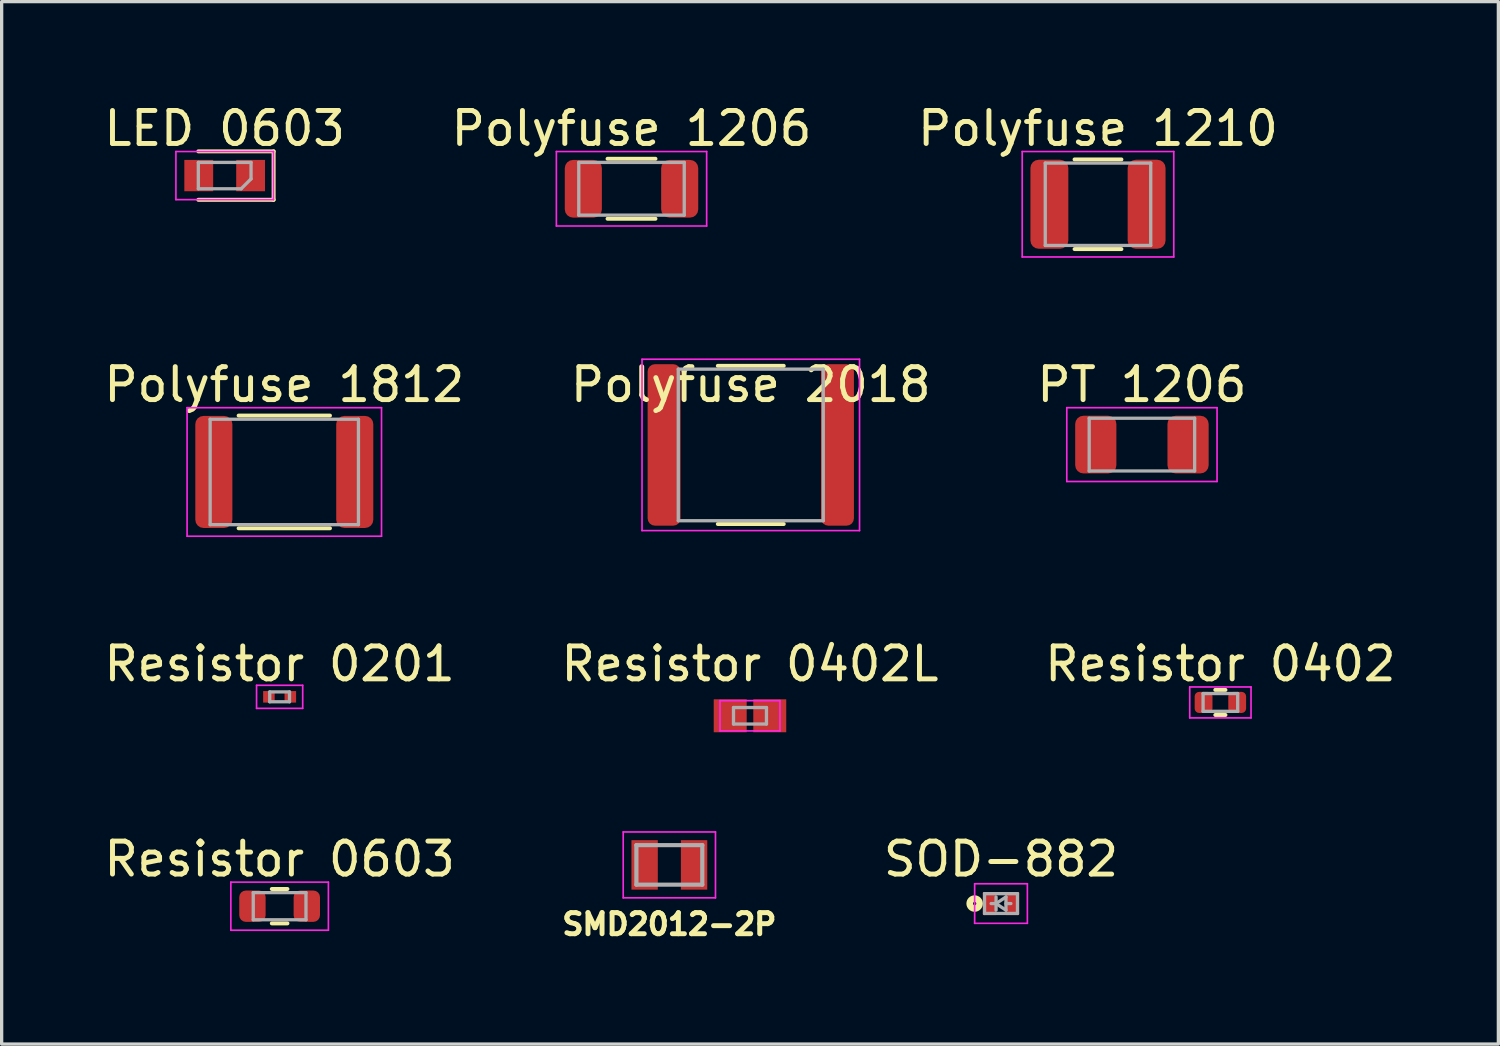
<source format=kicad_pcb>
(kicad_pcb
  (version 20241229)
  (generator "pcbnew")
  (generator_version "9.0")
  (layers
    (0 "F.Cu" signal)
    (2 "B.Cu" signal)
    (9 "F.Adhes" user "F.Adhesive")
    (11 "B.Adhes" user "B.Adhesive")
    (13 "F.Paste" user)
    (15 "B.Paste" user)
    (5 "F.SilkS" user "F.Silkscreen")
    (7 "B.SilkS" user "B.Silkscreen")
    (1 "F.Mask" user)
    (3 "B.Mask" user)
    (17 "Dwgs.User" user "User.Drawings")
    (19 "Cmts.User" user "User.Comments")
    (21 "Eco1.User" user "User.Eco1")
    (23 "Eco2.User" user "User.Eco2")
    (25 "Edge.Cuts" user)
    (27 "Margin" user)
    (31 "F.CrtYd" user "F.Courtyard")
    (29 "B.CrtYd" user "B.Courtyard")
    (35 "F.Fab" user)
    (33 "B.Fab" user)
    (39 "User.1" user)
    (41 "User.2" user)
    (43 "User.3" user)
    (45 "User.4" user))
  (footprint "SOD-882"
    (layer "F.Cu")
    (at 27.325 24.368)
    (property "Reference" "SOD-882" (at 0 -1.35 0) (layer "F.SilkS") (effects (font (size 1 1) (thickness 0.15))))
    (attr smd)
    (fp_circle (center -0.8 0) (end -0.75 0) (stroke (width 0.2) (type default)) (fill no) (layer "F.SilkS"))
    (fp_line (start -0.8 -0.6) (end -0.8 0.6) (stroke (width 0.05) (type solid)) (layer "F.CrtYd"))
    (fp_line (start -0.8 -0.6) (end 0.8 -0.6) (stroke (width 0.05) (type solid)) (layer "F.CrtYd"))
    (fp_line (start 0.8 -0.6) (end 0.8 0.6) (stroke (width 0.05) (type solid)) (layer "F.CrtYd"))
    (fp_line (start 0.8 0.6) (end -0.8 0.6) (stroke (width 0.05) (type solid)) (layer "F.CrtYd"))
    (fp_line (start -0.5 -0.3) (end 0.5 -0.3) (stroke (width 0.1) (type solid)) (layer "F.Fab"))
    (fp_line (start -0.5 0.3) (end -0.5 -0.3) (stroke (width 0.1) (type solid)) (layer "F.Fab"))
    (fp_line (start -0.15 0) (end -0.3 0) (stroke (width 0.1) (type solid)) (layer "F.Fab"))
    (fp_line (start -0.15 0) (end 0.15 0.2) (stroke (width 0.1) (type solid)) (layer "F.Fab"))
    (fp_line (start -0.15 0.2) (end -0.15 -0.2) (stroke (width 0.1) (type solid)) (layer "F.Fab"))
    (fp_line (start 0.15 -0.2) (end -0.15 0) (stroke (width 0.1) (type solid)) (layer "F.Fab"))
    (fp_line (start 0.15 0) (end 0.3 0) (stroke (width 0.1) (type solid)) (layer "F.Fab"))
    (fp_line (start 0.15 0.2) (end 0.15 -0.2) (stroke (width 0.1) (type solid)) (layer "F.Fab"))
    (fp_line (start 0.5 -0.3) (end 0.5 0.3) (stroke (width 0.1) (type solid)) (layer "F.Fab"))
    (fp_line (start 0.5 0.3) (end -0.5 0.3) (stroke (width 0.1) (type solid)) (layer "F.Fab"))
    (pad "" smd roundrect (at -0.35 0) (size 0.3 0.6) (layers "F.Paste") (roundrect_rratio 0.167))
    (pad "" smd roundrect (at 0.35 0) (size 0.3 0.6) (layers "F.Paste") (roundrect_rratio 0.167))
    (pad "1" smd rect (at -0.35 0) (size 0.4 0.7) (layers "F.Cu" "F.Mask"))
    (pad "2" smd rect (at 0.35 0) (size 0.4 0.7) (layers "F.Cu" "F.Mask")))
  (footprint "Polyfuse 1206"
    (layer "F.Cu")
    (at 16.113 2.678)
    (property "Reference" "Polyfuse 1206" (at 0 -1.83 0) (layer "F.SilkS") (effects (font (size 1 1) (thickness 0.15))))
    (attr smd)
    (fp_line (start -0.727 -0.91) (end 0.727 -0.91) (stroke (width 0.12) (type solid)) (layer "F.SilkS"))
    (fp_line (start -0.727 0.91) (end 0.727 0.91) (stroke (width 0.12) (type solid)) (layer "F.SilkS"))
    (fp_line (start -2.28 -1.13) (end 2.28 -1.13) (stroke (width 0.05) (type solid)) (layer "F.CrtYd"))
    (fp_line (start -2.28 1.13) (end -2.28 -1.13) (stroke (width 0.05) (type solid)) (layer "F.CrtYd"))
    (fp_line (start 2.28 -1.13) (end 2.28 1.13) (stroke (width 0.05) (type solid)) (layer "F.CrtYd"))
    (fp_line (start 2.28 1.13) (end -2.28 1.13) (stroke (width 0.05) (type solid)) (layer "F.CrtYd"))
    (fp_line (start -1.6 -0.8) (end 1.6 -0.8) (stroke (width 0.1) (type solid)) (layer "F.Fab"))
    (fp_line (start -1.6 0.8) (end -1.6 -0.8) (stroke (width 0.1) (type solid)) (layer "F.Fab"))
    (fp_line (start 1.6 -0.8) (end 1.6 0.8) (stroke (width 0.1) (type solid)) (layer "F.Fab"))
    (fp_line (start 1.6 0.8) (end -1.6 0.8) (stroke (width 0.1) (type solid)) (layer "F.Fab"))
    (pad "1" smd roundrect (at -1.462 0) (size 1.125 1.75) (layers "F.Cu" "F.Mask" "F.Paste") (roundrect_rratio 0.222))
    (pad "2" smd roundrect (at 1.462 0) (size 1.125 1.75) (layers "F.Cu" "F.Mask" "F.Paste") (roundrect_rratio 0.222)))
  (footprint "Resistor 0603"
    (layer "F.Cu")
    (at 5.435 24.448)
    (property "Reference" "Resistor 0603" (at 0 -1.43 0) (layer "F.SilkS") (effects (font (size 1 1) (thickness 0.15))))
    (attr smd)
    (fp_line (start -0.237 -0.522) (end 0.237 -0.522) (stroke (width 0.12) (type solid)) (layer "F.SilkS"))
    (fp_line (start -0.237 0.522) (end 0.237 0.522) (stroke (width 0.12) (type solid)) (layer "F.SilkS"))
    (fp_line (start -1.48 -0.73) (end 1.48 -0.73) (stroke (width 0.05) (type solid)) (layer "F.CrtYd"))
    (fp_line (start -1.48 0.73) (end -1.48 -0.73) (stroke (width 0.05) (type solid)) (layer "F.CrtYd"))
    (fp_line (start 1.48 -0.73) (end 1.48 0.73) (stroke (width 0.05) (type solid)) (layer "F.CrtYd"))
    (fp_line (start 1.48 0.73) (end -1.48 0.73) (stroke (width 0.05) (type solid)) (layer "F.CrtYd"))
    (fp_line (start -0.8 -0.412) (end 0.8 -0.412) (stroke (width 0.1) (type solid)) (layer "F.Fab"))
    (fp_line (start -0.8 0.412) (end -0.8 -0.412) (stroke (width 0.1) (type solid)) (layer "F.Fab"))
    (fp_line (start 0.8 -0.412) (end 0.8 0.412) (stroke (width 0.1) (type solid)) (layer "F.Fab"))
    (fp_line (start 0.8 0.412) (end -0.8 0.412) (stroke (width 0.1) (type solid)) (layer "F.Fab"))
    (pad "1" smd roundrect (at -0.825 0) (size 0.8 0.95) (layers "F.Cu" "F.Mask" "F.Paste") (roundrect_rratio 0.25))
    (pad "2" smd roundrect (at 0.825 0) (size 0.8 0.95) (layers "F.Cu" "F.Mask" "F.Paste") (roundrect_rratio 0.25)))
  (footprint "Polyfuse 2018"
    (layer "F.Cu")
    (at 19.732 10.451)
    (property "Reference" "Polyfuse 2018" (at 0 -1.83 0) (layer "F.SilkS") (effects (font (size 1 1) (thickness 0.15))))
    (attr smd)
    (fp_line (start -1 -2.4) (end 1 -2.4) (stroke (width 0.12) (type solid)) (layer "F.SilkS"))
    (fp_line (start -1 2.4) (end 1 2.4) (stroke (width 0.12) (type solid)) (layer "F.SilkS"))
    (fp_line (start -3.3 -2.6) (end 3.3 -2.6) (stroke (width 0.05) (type solid)) (layer "F.CrtYd"))
    (fp_line (start -3.3 2.6) (end -3.3 -2.6) (stroke (width 0.05) (type solid)) (layer "F.CrtYd"))
    (fp_line (start 3.3 -2.6) (end 3.3 2.6) (stroke (width 0.05) (type solid)) (layer "F.CrtYd"))
    (fp_line (start 3.3 2.6) (end -3.3 2.6) (stroke (width 0.05) (type solid)) (layer "F.CrtYd"))
    (fp_line (start -2.2 -2.3) (end 2.2 -2.3) (stroke (width 0.1) (type solid)) (layer "F.Fab"))
    (fp_line (start -2.2 2.3) (end -2.2 -2.3) (stroke (width 0.1) (type solid)) (layer "F.Fab"))
    (fp_line (start 2.2 -2.3) (end 2.2 2.3) (stroke (width 0.1) (type solid)) (layer "F.Fab"))
    (fp_line (start 2.2 2.3) (end -2.2 2.3) (stroke (width 0.1) (type solid)) (layer "F.Fab"))
    (pad "1" smd roundrect (at -2.63 0) (size 1 4.9) (layers "F.Cu" "F.Mask" "F.Paste") (roundrect_rratio 0.222))
    (pad "2" smd roundrect (at 2.63 0) (size 1 4.9) (layers "F.Cu" "F.Mask" "F.Paste") (roundrect_rratio 0.222)))
  (footprint "Polyfuse 1812"
    (layer "F.Cu")
    (at 5.577 11.271)
    (property "Reference" "Polyfuse 1812" (at 0 -2.65 0) (layer "F.SilkS") (effects (font (size 1 1) (thickness 0.15))))
    (attr smd)
    (fp_line (start -1.386 -1.71) (end 1.386 -1.71) (stroke (width 0.12) (type solid)) (layer "F.SilkS"))
    (fp_line (start -1.386 1.71) (end 1.386 1.71) (stroke (width 0.12) (type solid)) (layer "F.SilkS"))
    (fp_line (start -2.95 -1.95) (end 2.95 -1.95) (stroke (width 0.05) (type solid)) (layer "F.CrtYd"))
    (fp_line (start -2.95 1.95) (end -2.95 -1.95) (stroke (width 0.05) (type solid)) (layer "F.CrtYd"))
    (fp_line (start 2.95 -1.95) (end 2.95 1.95) (stroke (width 0.05) (type solid)) (layer "F.CrtYd"))
    (fp_line (start 2.95 1.95) (end -2.95 1.95) (stroke (width 0.05) (type solid)) (layer "F.CrtYd"))
    (fp_line (start -2.25 -1.6) (end 2.25 -1.6) (stroke (width 0.1) (type solid)) (layer "F.Fab"))
    (fp_line (start -2.25 1.6) (end -2.25 -1.6) (stroke (width 0.1) (type solid)) (layer "F.Fab"))
    (fp_line (start 2.25 -1.6) (end 2.25 1.6) (stroke (width 0.1) (type solid)) (layer "F.Fab"))
    (fp_line (start 2.25 1.6) (end -2.25 1.6) (stroke (width 0.1) (type solid)) (layer "F.Fab"))
    (pad "1" smd roundrect (at -2.138 0) (size 1.125 3.4) (layers "F.Cu" "F.Mask" "F.Paste") (roundrect_rratio 0.222))
    (pad "2" smd roundrect (at 2.138 0) (size 1.125 3.4) (layers "F.Cu" "F.Mask" "F.Paste") (roundrect_rratio 0.222)))
  (footprint "Resistor 0402L"
    (layer "F.Cu")
    (at 19.708 18.67)
    (property "Reference" "Resistor 0402L" (at 0 -1.575 0) (layer "F.SilkS") (effects (font (size 1 1) (thickness 0.15))))
    (attr smd)
    (fp_line (start -0.91 -0.46) (end 0.91 -0.46) (stroke (width 0.05) (type solid)) (layer "F.CrtYd"))
    (fp_line (start -0.91 0.46) (end -0.91 -0.46) (stroke (width 0.05) (type solid)) (layer "F.CrtYd"))
    (fp_line (start 0.91 -0.46) (end 0.91 0.46) (stroke (width 0.05) (type solid)) (layer "F.CrtYd"))
    (fp_line (start 0.91 0.46) (end -0.91 0.46) (stroke (width 0.05) (type solid)) (layer "F.CrtYd"))
    (fp_line (start -0.5 -0.25) (end 0.5 -0.25) (stroke (width 0.1) (type solid)) (layer "F.Fab"))
    (fp_line (start -0.5 0.25) (end -0.5 -0.25) (stroke (width 0.1) (type solid)) (layer "F.Fab"))
    (fp_line (start 0.5 -0.25) (end 0.5 0.25) (stroke (width 0.1) (type solid)) (layer "F.Fab"))
    (fp_line (start 0.5 0.25) (end -0.5 0.25) (stroke (width 0.1) (type solid)) (layer "F.Fab"))
    (pad "1" smd rect (at -0.6 0) (size 1 1) (layers "F.Cu" "F.Mask" "F.Paste"))
    (pad "2" smd rect (at 0.6 0) (size 1 1) (layers "F.Cu" "F.Mask" "F.Paste")))
  (footprint "Polyfuse 1210"
    (layer "F.Cu")
    (at 30.268 3.148)
    (property "Reference" "Polyfuse 1210" (at 0 -2.3 0) (layer "F.SilkS") (effects (font (size 1 1) (thickness 0.15))))
    (attr smd)
    (fp_line (start -0.711 -1.36) (end 0.711 -1.36) (stroke (width 0.12) (type solid)) (layer "F.SilkS"))
    (fp_line (start -0.711 1.36) (end 0.711 1.36) (stroke (width 0.12) (type solid)) (layer "F.SilkS"))
    (fp_line (start -2.3 -1.6) (end 2.3 -1.6) (stroke (width 0.05) (type solid)) (layer "F.CrtYd"))
    (fp_line (start -2.3 1.6) (end -2.3 -1.6) (stroke (width 0.05) (type solid)) (layer "F.CrtYd"))
    (fp_line (start 2.3 -1.6) (end 2.3 1.6) (stroke (width 0.05) (type solid)) (layer "F.CrtYd"))
    (fp_line (start 2.3 1.6) (end -2.3 1.6) (stroke (width 0.05) (type solid)) (layer "F.CrtYd"))
    (fp_line (start -1.6 -1.25) (end 1.6 -1.25) (stroke (width 0.1) (type solid)) (layer "F.Fab"))
    (fp_line (start -1.6 1.25) (end -1.6 -1.25) (stroke (width 0.1) (type solid)) (layer "F.Fab"))
    (fp_line (start 1.6 -1.25) (end 1.6 1.25) (stroke (width 0.1) (type solid)) (layer "F.Fab"))
    (fp_line (start 1.6 1.25) (end -1.6 1.25) (stroke (width 0.1) (type solid)) (layer "F.Fab"))
    (pad "1" smd roundrect (at -1.475 0) (size 1.15 2.7) (layers "F.Cu" "F.Mask" "F.Paste") (roundrect_rratio 0.217))
    (pad "2" smd roundrect (at 1.475 0) (size 1.15 2.7) (layers "F.Cu" "F.Mask" "F.Paste") (roundrect_rratio 0.217)))
  (footprint "LED 0603"
    (layer "F.Cu")
    (at 3.768 2.278)
    (property "Reference" "LED 0603" (at 0 -1.43 0) (layer "F.SilkS") (effects (font (size 1 1) (thickness 0.15))))
    (attr smd)
    (fp_line (start -0.8 0.735) (end 1.485 0.735) (stroke (width 0.12) (type solid)) (layer "F.SilkS"))
    (fp_line (start 1.485 -0.735) (end -0.8 -0.735) (stroke (width 0.12) (type solid)) (layer "F.SilkS"))
    (fp_line (start 1.485 0.735) (end 1.485 -0.735) (stroke (width 0.12) (type solid)) (layer "F.SilkS"))
    (fp_line (start -1.48 -0.73) (end 1.48 -0.73) (stroke (width 0.05) (type solid)) (layer "F.CrtYd"))
    (fp_line (start -1.48 0.73) (end -1.48 -0.73) (stroke (width 0.05) (type solid)) (layer "F.CrtYd"))
    (fp_line (start 1.48 -0.73) (end 1.48 0.73) (stroke (width 0.05) (type solid)) (layer "F.CrtYd"))
    (fp_line (start 1.48 0.73) (end -1.48 0.73) (stroke (width 0.05) (type solid)) (layer "F.CrtYd"))
    (fp_line (start -0.8 -0.4) (end -0.8 0.4) (stroke (width 0.1) (type solid)) (layer "F.Fab"))
    (fp_line (start -0.8 0.4) (end 0.5 0.4) (stroke (width 0.1) (type solid)) (layer "F.Fab"))
    (fp_line (start 0.5 0.4) (end 0.8 0.1) (stroke (width 0.1) (type solid)) (layer "F.Fab"))
    (fp_line (start 0.8 -0.4) (end -0.8 -0.4) (stroke (width 0.1) (type solid)) (layer "F.Fab"))
    (fp_line (start 0.8 0.1) (end 0.8 -0.4) (stroke (width 0.1) (type solid)) (layer "F.Fab"))
    (pad "1" smd rect (at 0.787 0 180) (size 0.875 0.95) (layers "F.Cu" "F.Mask" "F.Paste"))
    (pad "2" smd rect (at -0.787 0 180) (size 0.875 0.95) (layers "F.Cu" "F.Mask" "F.Paste")))
  (footprint "PT 1206"
    (layer "F.Cu")
    (at 31.601 10.441)
    (property "Reference" "PT 1206" (at 0 -1.82 0) (layer "F.SilkS") (effects (font (size 1 1) (thickness 0.15))))
    (attr smd)
    (fp_line (start -2.28 -1.12) (end 2.28 -1.12) (stroke (width 0.05) (type solid)) (layer "F.CrtYd"))
    (fp_line (start -2.28 1.12) (end -2.28 -1.12) (stroke (width 0.05) (type solid)) (layer "F.CrtYd"))
    (fp_line (start 2.28 -1.12) (end 2.28 1.12) (stroke (width 0.05) (type solid)) (layer "F.CrtYd"))
    (fp_line (start 2.28 1.12) (end -2.28 1.12) (stroke (width 0.05) (type solid)) (layer "F.CrtYd"))
    (fp_line (start -1.6 -0.8) (end 1.6 -0.8) (stroke (width 0.1) (type solid)) (layer "F.Fab"))
    (fp_line (start -1.6 0.8) (end -1.6 -0.8) (stroke (width 0.1) (type solid)) (layer "F.Fab"))
    (fp_line (start 1.6 -0.8) (end 1.6 0.8) (stroke (width 0.1) (type solid)) (layer "F.Fab"))
    (fp_line (start 1.6 0.8) (end -1.6 0.8) (stroke (width 0.1) (type solid)) (layer "F.Fab"))
    (pad "1" smd roundrect (at -1.4 0) (size 1.25 1.75) (layers "F.Cu" "F.Mask" "F.Paste") (roundrect_rratio 0.2))
    (pad "2" smd roundrect (at 1.4 0) (size 1.25 1.75) (layers "F.Cu" "F.Mask" "F.Paste") (roundrect_rratio 0.2)))
  (footprint "Resistor 0201"
    (layer "F.Cu")
    (at 5.435 18.095)
    (property "Reference" "Resistor 0201" (at 0 -1 0) (layer "F.SilkS") (effects (font (size 1 1) (thickness 0.15))))
    (attr smd)
    (fp_line (start -0.7 -0.35) (end 0.7 -0.35) (stroke (width 0.05) (type solid)) (layer "F.CrtYd"))
    (fp_line (start -0.7 0.35) (end -0.7 -0.35) (stroke (width 0.05) (type solid)) (layer "F.CrtYd"))
    (fp_line (start 0.7 -0.35) (end 0.7 0.35) (stroke (width 0.05) (type solid)) (layer "F.CrtYd"))
    (fp_line (start 0.7 0.35) (end -0.7 0.35) (stroke (width 0.05) (type solid)) (layer "F.CrtYd"))
    (fp_line (start -0.3 -0.15) (end 0.3 -0.15) (stroke (width 0.1) (type solid)) (layer "F.Fab"))
    (fp_line (start -0.3 0.15) (end -0.3 -0.15) (stroke (width 0.1) (type solid)) (layer "F.Fab"))
    (fp_line (start 0.3 -0.15) (end 0.3 0.15) (stroke (width 0.1) (type solid)) (layer "F.Fab"))
    (fp_line (start 0.3 0.15) (end -0.3 0.15) (stroke (width 0.1) (type solid)) (layer "F.Fab"))
    (pad "" smd roundrect (at -0.34 0) (size 0.28 0.32) (layers "F.Paste") (roundrect_rratio 0.1))
    (pad "" smd roundrect (at 0.34 0) (size 0.28 0.32) (layers "F.Paste") (roundrect_rratio 0.1))
    (pad "1" smd rect (at -0.325 0) (size 0.35 0.35) (layers "F.Cu" "F.Mask"))
    (pad "2" smd rect (at 0.325 0) (size 0.35 0.35) (layers "F.Cu" "F.Mask")))
  (footprint "Resistor 0402"
    (layer "F.Cu")
    (at 33.982 18.265)
    (property "Reference" "Resistor 0402" (at 0 -1.17 0) (layer "F.SilkS") (effects (font (size 1 1) (thickness 0.15))))
    (attr smd)
    (fp_line (start -0.154 -0.38) (end 0.154 -0.38) (stroke (width 0.12) (type solid)) (layer "F.SilkS"))
    (fp_line (start -0.154 0.38) (end 0.154 0.38) (stroke (width 0.12) (type solid)) (layer "F.SilkS"))
    (fp_line (start -0.93 -0.47) (end 0.93 -0.47) (stroke (width 0.05) (type solid)) (layer "F.CrtYd"))
    (fp_line (start -0.93 0.47) (end -0.93 -0.47) (stroke (width 0.05) (type solid)) (layer "F.CrtYd"))
    (fp_line (start 0.93 -0.47) (end 0.93 0.47) (stroke (width 0.05) (type solid)) (layer "F.CrtYd"))
    (fp_line (start 0.93 0.47) (end -0.93 0.47) (stroke (width 0.05) (type solid)) (layer "F.CrtYd"))
    (fp_line (start -0.525 -0.27) (end 0.525 -0.27) (stroke (width 0.1) (type solid)) (layer "F.Fab"))
    (fp_line (start -0.525 0.27) (end -0.525 -0.27) (stroke (width 0.1) (type solid)) (layer "F.Fab"))
    (fp_line (start 0.525 -0.27) (end 0.525 0.27) (stroke (width 0.1) (type solid)) (layer "F.Fab"))
    (fp_line (start 0.525 0.27) (end -0.525 0.27) (stroke (width 0.1) (type solid)) (layer "F.Fab"))
    (pad "1" smd roundrect (at -0.51 0) (size 0.54 0.64) (layers "F.Cu" "F.Mask" "F.Paste") (roundrect_rratio 0.25))
    (pad "2" smd roundrect (at 0.51 0) (size 0.54 0.64) (layers "F.Cu" "F.Mask" "F.Paste") (roundrect_rratio 0.25)))
  (footprint "SMD2012-2P"
    (layer "F.Cu")
    (at 17.261 23.195)
    (property "Reference" "SMD2012-2P" (at 0 1.8 0) (layer "F.SilkS") (effects (font (size 0.64 0.64) (thickness 0.15))))
    (attr smd)
    (fp_line (start -1.4 -1) (end -1.4 1) (stroke (width 0.05) (type solid)) (layer "F.CrtYd"))
    (fp_line (start -1.4 1) (end 1.4 1) (stroke (width 0.05) (type solid)) (layer "F.CrtYd"))
    (fp_line (start 1.4 -1) (end -1.4 -1) (stroke (width 0.05) (type solid)) (layer "F.CrtYd"))
    (fp_line (start 1.4 1) (end 1.4 -1) (stroke (width 0.05) (type solid)) (layer "F.CrtYd"))
    (fp_line (start -1 -0.6) (end -1 0.6) (stroke (width 0.127) (type solid)) (layer "F.Fab"))
    (fp_line (start -1 -0.6) (end 1 -0.6) (stroke (width 0.127) (type solid)) (layer "F.Fab"))
    (fp_line (start -1 0.6) (end 1 0.6) (stroke (width 0.127) (type solid)) (layer "F.Fab"))
    (fp_line (start 1 -0.6) (end 1 0.6) (stroke (width 0.127) (type solid)) (layer "F.Fab"))
    (pad "1" smd rect (at -0.75 0) (size 0.8 1.5) (layers "F.Cu" "F.Mask" "F.Paste"))
    (pad "2" smd rect (at 0.75 0) (size 0.8 1.5) (layers "F.Cu" "F.Mask" "F.Paste")))
  (gr_rect
    (start -3 -3)
    (end 42.417 28.632)
    (stroke (width 0.1) (type default))
    (fill no)
    (layer "Edge.Cuts")))
</source>
